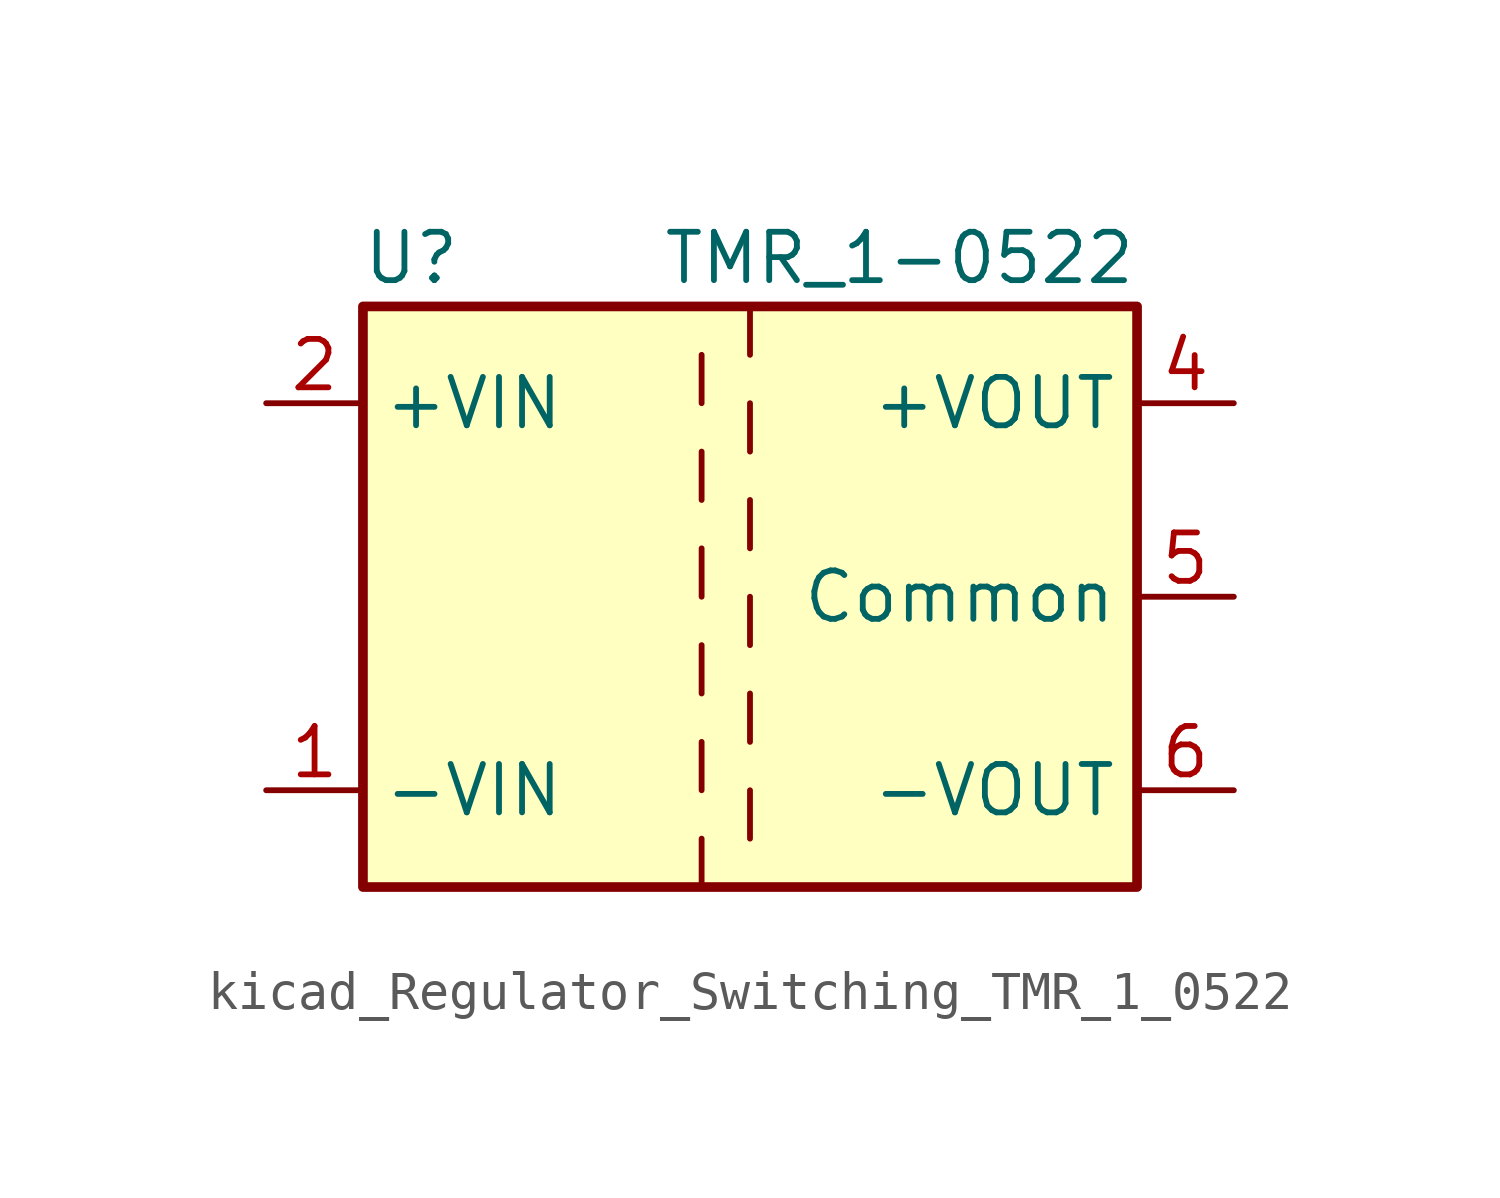
<source format=kicad_sym>
(kicad_symbol_lib
  (version 20220914)
  (generator kicad_symbol_editor)
  (symbol "kicad_Regulator_Switching_TMR_1_0522"
    (property "Reference" "U"
      (at -8.89 8.89 0)
      (effects (font (size 1.27 1.27))))
    (property "Value" "TMR_1-0522"
      (at 10.16 8.89 0)
      (effects (font (size 1.27 1.27)) (justify right)))
    (symbol "kicad_Regulator_Switching_TMR_1_0522_0_1"
      (rectangle (start -10.16 7.62) (end 10.16 -7.62) (stroke (width 0.254) (type default)) (fill (type background)))
      (polyline (pts (xy -1.27 -6.35) (xy -1.27 -7.62)) (stroke (width 0) (type default)) (fill (type none)))
      (polyline (pts (xy -1.27 -3.81) (xy -1.27 -5.08)) (stroke (width 0) (type default)) (fill (type none)))
      (polyline (pts (xy -1.27 -1.27) (xy -1.27 -2.54)) (stroke (width 0) (type default)) (fill (type none)))
      (polyline (pts (xy -1.27 1.27) (xy -1.27 0)) (stroke (width 0) (type default)) (fill (type none)))
      (polyline (pts (xy -1.27 3.81) (xy -1.27 2.54)) (stroke (width 0) (type default)) (fill (type none)))
      (polyline (pts (xy -1.27 6.35) (xy -1.27 5.08)) (stroke (width 0) (type default)) (fill (type none)))
      (polyline (pts (xy 0 -5.08) (xy 0 -6.35)) (stroke (width 0) (type default)) (fill (type none)))
      (polyline (pts (xy 0 -2.54) (xy 0 -3.81)) (stroke (width 0) (type default)) (fill (type none)))
      (polyline (pts (xy 0 0) (xy 0 -1.27)) (stroke (width 0) (type default)) (fill (type none)))
      (polyline (pts (xy 0 2.54) (xy 0 1.27)) (stroke (width 0) (type default)) (fill (type none)))
      (polyline (pts (xy 0 5.08) (xy 0 3.81)) (stroke (width 0) (type default)) (fill (type none)))
      (polyline (pts (xy 0 7.62) (xy 0 6.35)) (stroke (width 0) (type default)) (fill (type none))))
    (symbol "kicad_Regulator_Switching_TMR_1_0522_1_1"
      (pin power_in line (at -12.7 -5.08 0) (length 2.54) (name "-VIN" (effects (font (size 1.27 1.27)))) (number "1" (effects (font (size 1.27 1.27)))))
      (pin power_in line (at -12.7 5.08 0) (length 2.54) (name "+VIN" (effects (font (size 1.27 1.27)))) (number "2" (effects (font (size 1.27 1.27)))))
      (pin power_out line (at 12.7 5.08 180) (length 2.54) (name "+VOUT" (effects (font (size 1.27 1.27)))) (number "4" (effects (font (size 1.27 1.27)))))
      (pin power_out line (at 12.7 0 180) (length 2.54) (name "Common" (effects (font (size 1.27 1.27)))) (number "5" (effects (font (size 1.27 1.27)))))
      (pin power_out line (at 12.7 -5.08 180) (length 2.54) (name "-VOUT" (effects (font (size 1.27 1.27)))) (number "6" (effects (font (size 1.27 1.27))))))))
</source>
